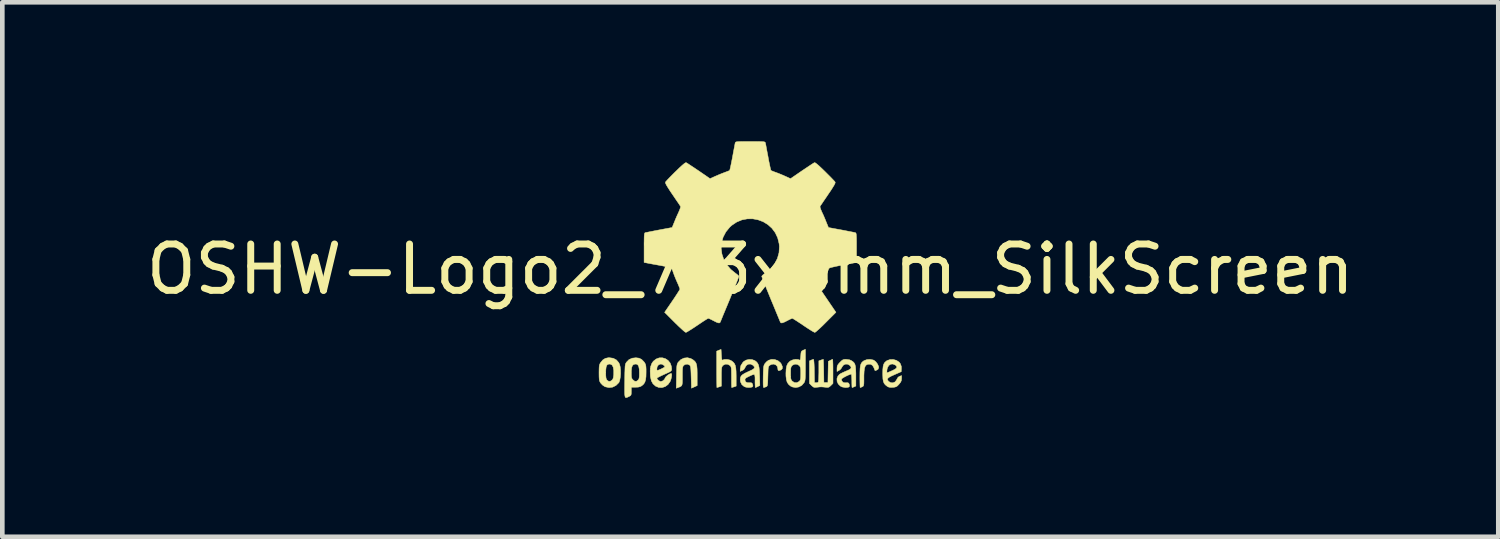
<source format=kicad_pcb>
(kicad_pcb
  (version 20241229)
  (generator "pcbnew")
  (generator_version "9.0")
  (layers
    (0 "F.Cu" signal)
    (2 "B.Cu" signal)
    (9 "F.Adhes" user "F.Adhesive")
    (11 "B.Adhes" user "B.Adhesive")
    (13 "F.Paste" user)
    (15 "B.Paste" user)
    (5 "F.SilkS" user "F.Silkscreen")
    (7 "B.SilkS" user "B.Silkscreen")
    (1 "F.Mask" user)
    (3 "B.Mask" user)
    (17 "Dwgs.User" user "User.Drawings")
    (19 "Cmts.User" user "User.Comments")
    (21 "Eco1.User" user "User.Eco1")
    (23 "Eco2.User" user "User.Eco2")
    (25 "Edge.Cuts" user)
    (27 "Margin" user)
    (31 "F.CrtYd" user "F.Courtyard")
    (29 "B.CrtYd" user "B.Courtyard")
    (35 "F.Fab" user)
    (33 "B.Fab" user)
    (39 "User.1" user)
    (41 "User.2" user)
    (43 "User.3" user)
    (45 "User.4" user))
  (footprint "OSHW-Logo2_7.3x6mm_SilkScreen"
    (layer "F.Cu")
    (at 13.149 2.763)
    (property "Reference" "OSHW-Logo2_7.3x6mm_SilkScreen" (at 0 0 180) (layer "F.SilkS") (effects (font (size 1 1) (thickness 0.15))))
    (attr exclude_from_pos_files exclude_from_bom)
    (fp_poly (pts (xy 2.653 1.959) (xy 2.67 1.966) (xy 2.711 1.999) (xy 2.747 2.047) (xy 2.769 2.097) (xy 2.772 2.122) (xy 2.76 2.157) (xy 2.734 2.175) (xy 2.706 2.187) (xy 2.693 2.189) (xy 2.687 2.174) (xy 2.674 2.141) (xy 2.669 2.127) (xy 2.639 2.076) (xy 2.595 2.05) (xy 2.538 2.051) (xy 2.534 2.052) (xy 2.504 2.067) (xy 2.481 2.094) (xy 2.466 2.139) (xy 2.457 2.205) (xy 2.453 2.294) (xy 2.453 2.341) (xy 2.453 2.416) (xy 2.452 2.467) (xy 2.448 2.499) (xy 2.442 2.518) (xy 2.432 2.529) (xy 2.417 2.537) (xy 2.416 2.538) (xy 2.387 2.55) (xy 2.372 2.555) (xy 2.37 2.541) (xy 2.368 2.503) (xy 2.367 2.446) (xy 2.366 2.374) (xy 2.366 2.322) (xy 2.367 2.22) (xy 2.37 2.143) (xy 2.377 2.086) (xy 2.389 2.045) (xy 2.407 2.014) (xy 2.432 1.99) (xy 2.457 1.973) (xy 2.517 1.951) (xy 2.587 1.946) (xy 2.653 1.959)) (stroke (width 0.01) (type solid)) (fill yes) (layer "F.SilkS"))
    (fp_poly (pts (xy -1.284 1.928) (xy -1.237 1.955) (xy -1.205 1.981) (xy -1.181 2.009) (xy -1.165 2.044) (xy -1.155 2.089) (xy -1.149 2.151) (xy -1.147 2.234) (xy -1.147 2.293) (xy -1.147 2.512) (xy -1.208 2.54) (xy -1.27 2.568) (xy -1.277 2.328) (xy -1.28 2.238) (xy -1.283 2.173) (xy -1.287 2.128) (xy -1.293 2.099) (xy -1.3 2.081) (xy -1.31 2.07) (xy -1.313 2.067) (xy -1.36 2.048) (xy -1.408 2.056) (xy -1.437 2.076) (xy -1.449 2.09) (xy -1.457 2.108) (xy -1.462 2.136) (xy -1.465 2.179) (xy -1.466 2.242) (xy -1.466 2.307) (xy -1.466 2.389) (xy -1.467 2.447) (xy -1.472 2.486) (xy -1.482 2.512) (xy -1.499 2.528) (xy -1.525 2.541) (xy -1.56 2.554) (xy -1.598 2.569) (xy -1.594 2.311) (xy -1.592 2.219) (xy -1.59 2.15) (xy -1.587 2.101) (xy -1.582 2.066) (xy -1.575 2.042) (xy -1.566 2.022) (xy -1.554 2.005) (xy -1.499 1.95) (xy -1.431 1.918) (xy -1.357 1.91) (xy -1.284 1.928)) (stroke (width 0.01) (type solid)) (fill yes) (layer "F.SilkS"))
    (fp_poly (pts (xy 0.53 1.95) (xy 0.596 1.974) (xy 0.649 2.017) (xy 0.67 2.047) (xy 0.693 2.103) (xy 0.692 2.143) (xy 0.669 2.17) (xy 0.66 2.175) (xy 0.622 2.189) (xy 0.602 2.185) (xy 0.595 2.161) (xy 0.595 2.148) (xy 0.583 2.099) (xy 0.551 2.065) (xy 0.508 2.048) (xy 0.459 2.053) (xy 0.419 2.074) (xy 0.405 2.087) (xy 0.396 2.101) (xy 0.389 2.124) (xy 0.385 2.159) (xy 0.383 2.212) (xy 0.381 2.288) (xy 0.38 2.312) (xy 0.378 2.394) (xy 0.376 2.451) (xy 0.372 2.49) (xy 0.367 2.513) (xy 0.359 2.526) (xy 0.347 2.535) (xy 0.339 2.538) (xy 0.307 2.55) (xy 0.288 2.555) (xy 0.282 2.541) (xy 0.278 2.5) (xy 0.277 2.431) (xy 0.278 2.334) (xy 0.278 2.319) (xy 0.28 2.23) (xy 0.283 2.165) (xy 0.286 2.119) (xy 0.292 2.087) (xy 0.3 2.064) (xy 0.311 2.044) (xy 0.317 2.035) (xy 0.35 1.998) (xy 0.388 1.969) (xy 0.392 1.966) (xy 0.459 1.946) (xy 0.53 1.95)) (stroke (width 0.01) (type solid)) (fill yes) (layer "F.SilkS"))
    (fp_poly (pts (xy -0.624 1.851) (xy -0.62 1.911) (xy -0.615 1.946) (xy -0.608 1.961) (xy -0.598 1.961) (xy -0.595 1.959) (xy -0.552 1.946) (xy -0.497 1.947) (xy -0.44 1.96) (xy -0.405 1.978) (xy -0.369 2.006) (xy -0.342 2.038) (xy -0.324 2.078) (xy -0.313 2.132) (xy -0.307 2.204) (xy -0.305 2.299) (xy -0.305 2.317) (xy -0.305 2.523) (xy -0.351 2.539) (xy -0.383 2.549) (xy -0.401 2.554) (xy -0.401 2.555) (xy -0.403 2.541) (xy -0.405 2.503) (xy -0.406 2.446) (xy -0.406 2.375) (xy -0.406 2.332) (xy -0.407 2.247) (xy -0.408 2.186) (xy -0.41 2.144) (xy -0.415 2.117) (xy -0.422 2.098) (xy -0.433 2.085) (xy -0.44 2.078) (xy -0.487 2.051) (xy -0.538 2.049) (xy -0.584 2.072) (xy -0.593 2.08) (xy -0.605 2.095) (xy -0.614 2.114) (xy -0.619 2.14) (xy -0.622 2.18) (xy -0.624 2.238) (xy -0.624 2.318) (xy -0.624 2.523) (xy -0.67 2.539) (xy -0.702 2.549) (xy -0.72 2.554) (xy -0.721 2.555) (xy -0.722 2.541) (xy -0.723 2.501) (xy -0.724 2.441) (xy -0.725 2.362) (xy -0.726 2.269) (xy -0.726 2.167) (xy -0.726 1.769) (xy -0.679 1.749) (xy -0.631 1.73) (xy -0.624 1.851)) (stroke (width 0.01) (type solid)) (fill yes) (layer "F.SilkS"))
    (fp_poly (pts (xy 1.78 1.959) (xy 1.782 1.997) (xy 1.784 2.055) (xy 1.785 2.128) (xy 1.785 2.205) (xy 1.785 2.465) (xy 1.739 2.511) (xy 1.708 2.539) (xy 1.68 2.551) (xy 1.642 2.55) (xy 1.627 2.548) (xy 1.58 2.543) (xy 1.541 2.54) (xy 1.531 2.54) (xy 1.499 2.541) (xy 1.453 2.546) (xy 1.436 2.548) (xy 1.392 2.552) (xy 1.363 2.544) (xy 1.334 2.521) (xy 1.323 2.511) (xy 1.277 2.465) (xy 1.277 1.979) (xy 1.314 1.962) (xy 1.346 1.949) (xy 1.365 1.945) (xy 1.369 1.959) (xy 1.374 1.997) (xy 1.378 2.056) (xy 1.381 2.132) (xy 1.382 2.195) (xy 1.386 2.446) (xy 1.421 2.451) (xy 1.452 2.447) (xy 1.468 2.436) (xy 1.472 2.415) (xy 1.476 2.371) (xy 1.478 2.309) (xy 1.48 2.235) (xy 1.48 2.197) (xy 1.48 1.977) (xy 1.526 1.961) (xy 1.559 1.95) (xy 1.576 1.945) (xy 1.577 1.945) (xy 1.578 1.959) (xy 1.58 1.997) (xy 1.582 2.054) (xy 1.584 2.127) (xy 1.585 2.195) (xy 1.589 2.446) (xy 1.676 2.446) (xy 1.68 2.217) (xy 1.684 1.989) (xy 1.727 1.967) (xy 1.758 1.952) (xy 1.777 1.945) (xy 1.777 1.945) (xy 1.78 1.959)) (stroke (width 0.01) (type solid)) (fill yes) (layer "F.SilkS"))
    (fp_poly (pts (xy -2.959 1.922) (xy -2.891 1.958) (xy -2.841 2.015) (xy -2.823 2.052) (xy -2.809 2.108) (xy -2.802 2.178) (xy -2.801 2.255) (xy -2.807 2.33) (xy -2.818 2.394) (xy -2.834 2.441) (xy -2.839 2.449) (xy -2.9 2.509) (xy -2.971 2.545) (xy -3.049 2.555) (xy -3.127 2.539) (xy -3.149 2.529) (xy -3.192 2.499) (xy -3.229 2.459) (xy -3.233 2.454) (xy -3.247 2.43) (xy -3.257 2.404) (xy -3.262 2.37) (xy -3.265 2.321) (xy -3.266 2.251) (xy -3.266 2.235) (xy -3.266 2.23) (xy -3.121 2.23) (xy -3.12 2.296) (xy -3.116 2.34) (xy -3.109 2.369) (xy -3.098 2.388) (xy -3.092 2.395) (xy -3.057 2.42) (xy -3.023 2.419) (xy -2.989 2.397) (xy -2.969 2.374) (xy -2.957 2.34) (xy -2.95 2.288) (xy -2.949 2.281) (xy -2.948 2.186) (xy -2.96 2.114) (xy -2.985 2.068) (xy -3.023 2.048) (xy -3.037 2.047) (xy -3.073 2.052) (xy -3.097 2.072) (xy -3.112 2.109) (xy -3.119 2.168) (xy -3.121 2.23) (xy -3.266 2.23) (xy -3.265 2.16) (xy -3.263 2.108) (xy -3.258 2.072) (xy -3.249 2.045) (xy -3.236 2.022) (xy -3.233 2.017) (xy -3.184 1.958) (xy -3.13 1.924) (xy -3.064 1.91) (xy -3.042 1.91) (xy -2.959 1.922)) (stroke (width 0.01) (type solid)) (fill yes) (layer "F.SilkS"))
    (fp_poly (pts (xy 3.154 1.967) (xy 3.211 2.004) (xy 3.239 2.038) (xy 3.261 2.099) (xy 3.262 2.147) (xy 3.258 2.212) (xy 3.11 2.277) (xy 3.037 2.31) (xy 2.99 2.337) (xy 2.966 2.36) (xy 2.961 2.383) (xy 2.975 2.407) (xy 2.99 2.424) (xy 3.034 2.45) (xy 3.081 2.452) (xy 3.125 2.432) (xy 3.157 2.391) (xy 3.163 2.376) (xy 3.191 2.331) (xy 3.222 2.312) (xy 3.266 2.296) (xy 3.266 2.358) (xy 3.262 2.4) (xy 3.247 2.436) (xy 3.215 2.477) (xy 3.211 2.482) (xy 3.176 2.519) (xy 3.145 2.538) (xy 3.108 2.547) (xy 3.076 2.55) (xy 3.02 2.551) (xy 2.981 2.542) (xy 2.956 2.528) (xy 2.917 2.497) (xy 2.89 2.465) (xy 2.873 2.423) (xy 2.863 2.368) (xy 2.86 2.291) (xy 2.859 2.253) (xy 2.86 2.206) (xy 2.948 2.206) (xy 2.949 2.231) (xy 2.952 2.235) (xy 2.968 2.23) (xy 3.004 2.215) (xy 3.052 2.194) (xy 3.062 2.19) (xy 3.123 2.159) (xy 3.157 2.132) (xy 3.164 2.106) (xy 3.146 2.08) (xy 3.132 2.069) (xy 3.079 2.046) (xy 3.03 2.05) (xy 2.989 2.078) (xy 2.961 2.127) (xy 2.952 2.166) (xy 2.948 2.206) (xy 2.86 2.206) (xy 2.861 2.162) (xy 2.868 2.095) (xy 2.882 2.047) (xy 2.904 2.011) (xy 2.937 1.983) (xy 2.951 1.973) (xy 3.015 1.95) (xy 3.085 1.948) (xy 3.154 1.967)) (stroke (width 0.01) (type solid)) (fill yes) (layer "F.SilkS"))
    (fp_poly (pts (xy 1.19 2.065) (xy 1.19 2.174) (xy 1.189 2.257) (xy 1.188 2.32) (xy 1.185 2.365) (xy 1.181 2.397) (xy 1.175 2.421) (xy 1.167 2.439) (xy 1.161 2.449) (xy 1.112 2.506) (xy 1.049 2.541) (xy 0.98 2.554) (xy 0.911 2.542) (xy 0.869 2.522) (xy 0.826 2.485) (xy 0.796 2.441) (xy 0.779 2.383) (xy 0.77 2.306) (xy 0.769 2.25) (xy 0.769 2.246) (xy 0.871 2.246) (xy 0.871 2.311) (xy 0.874 2.354) (xy 0.881 2.382) (xy 0.893 2.402) (xy 0.906 2.417) (xy 0.953 2.447) (xy 1.004 2.449) (xy 1.051 2.425) (xy 1.055 2.421) (xy 1.071 2.404) (xy 1.081 2.383) (xy 1.086 2.352) (xy 1.088 2.305) (xy 1.089 2.252) (xy 1.088 2.185) (xy 1.085 2.141) (xy 1.078 2.112) (xy 1.066 2.091) (xy 1.057 2.08) (xy 1.013 2.052) (xy 0.962 2.049) (xy 0.914 2.07) (xy 0.904 2.078) (xy 0.889 2.096) (xy 0.879 2.117) (xy 0.873 2.148) (xy 0.871 2.196) (xy 0.871 2.246) (xy 0.769 2.246) (xy 0.773 2.159) (xy 0.785 2.09) (xy 0.807 2.039) (xy 0.842 1.998) (xy 0.869 1.978) (xy 0.919 1.956) (xy 0.976 1.945) (xy 1.03 1.948) (xy 1.06 1.959) (xy 1.071 1.962) (xy 1.079 1.951) (xy 1.084 1.919) (xy 1.089 1.871) (xy 1.093 1.817) (xy 1.099 1.784) (xy 1.111 1.766) (xy 1.131 1.754) (xy 1.143 1.748) (xy 1.19 1.729) (xy 1.19 2.065)) (stroke (width 0.01) (type solid)) (fill yes) (layer "F.SilkS"))
    (fp_poly (pts (xy -1.832 1.931) (xy -1.774 1.97) (xy -1.73 2.025) (xy -1.704 2.096) (xy -1.698 2.148) (xy -1.699 2.17) (xy -1.704 2.187) (xy -1.718 2.201) (xy -1.745 2.218) (xy -1.79 2.239) (xy -1.857 2.269) (xy -1.858 2.27) (xy -1.92 2.298) (xy -1.97 2.323) (xy -2.005 2.342) (xy -2.017 2.353) (xy -2.017 2.353) (xy -2.006 2.376) (xy -1.98 2.402) (xy -1.949 2.42) (xy -1.934 2.424) (xy -1.891 2.411) (xy -1.855 2.379) (xy -1.837 2.345) (xy -1.82 2.319) (xy -1.787 2.29) (xy -1.748 2.264) (xy -1.713 2.25) (xy -1.706 2.25) (xy -1.698 2.262) (xy -1.697 2.294) (xy -1.703 2.337) (xy -1.715 2.383) (xy -1.73 2.423) (xy -1.731 2.424) (xy -1.777 2.489) (xy -1.837 2.533) (xy -1.906 2.555) (xy -1.976 2.552) (xy -2.044 2.524) (xy -2.047 2.522) (xy -2.101 2.473) (xy -2.136 2.41) (xy -2.155 2.327) (xy -2.158 2.304) (xy -2.162 2.194) (xy -2.157 2.143) (xy -2.017 2.143) (xy -2.016 2.175) (xy -2.006 2.184) (xy -1.981 2.177) (xy -1.942 2.161) (xy -1.899 2.14) (xy -1.898 2.139) (xy -1.861 2.12) (xy -1.846 2.107) (xy -1.85 2.093) (xy -1.865 2.076) (xy -1.904 2.05) (xy -1.946 2.048) (xy -1.984 2.067) (xy -2.01 2.103) (xy -2.017 2.143) (xy -2.157 2.143) (xy -2.153 2.106) (xy -2.128 2.036) (xy -2.095 1.987) (xy -2.033 1.938) (xy -1.966 1.913) (xy -1.897 1.912) (xy -1.832 1.931)) (stroke (width 0.01) (type solid)) (fill yes) (layer "F.SilkS"))
    (fp_poly (pts (xy 0.04 1.951) (xy 0.097 1.972) (xy 0.097 1.972) (xy 0.132 1.998) (xy 0.158 2.029) (xy 0.177 2.068) (xy 0.189 2.121) (xy 0.196 2.194) (xy 0.2 2.289) (xy 0.201 2.303) (xy 0.206 2.509) (xy 0.162 2.532) (xy 0.13 2.547) (xy 0.11 2.554) (xy 0.11 2.555) (xy 0.106 2.541) (xy 0.104 2.505) (xy 0.102 2.451) (xy 0.102 2.408) (xy 0.102 2.339) (xy 0.098 2.295) (xy 0.087 2.274) (xy 0.064 2.273) (xy 0.022 2.289) (xy -0.04 2.318) (xy -0.086 2.342) (xy -0.109 2.363) (xy -0.116 2.386) (xy -0.116 2.387) (xy -0.105 2.426) (xy -0.071 2.447) (xy -0.019 2.451) (xy 0.018 2.45) (xy 0.038 2.461) (xy 0.05 2.487) (xy 0.057 2.519) (xy 0.047 2.538) (xy 0.043 2.541) (xy 0.007 2.551) (xy -0.043 2.553) (xy -0.095 2.546) (xy -0.132 2.533) (xy -0.183 2.49) (xy -0.212 2.429) (xy -0.218 2.382) (xy -0.213 2.34) (xy -0.198 2.305) (xy -0.166 2.275) (xy -0.115 2.244) (xy -0.041 2.209) (xy -0.036 2.207) (xy 0.031 2.176) (xy 0.072 2.151) (xy 0.09 2.128) (xy 0.086 2.105) (xy 0.063 2.078) (xy 0.056 2.072) (xy 0.009 2.048) (xy -0.04 2.049) (xy -0.082 2.072) (xy -0.111 2.116) (xy -0.113 2.124) (xy -0.139 2.165) (xy -0.171 2.185) (xy -0.218 2.205) (xy -0.218 2.154) (xy -0.204 2.08) (xy -0.161 2.012) (xy -0.139 1.99) (xy -0.089 1.961) (xy -0.026 1.947) (xy 0.04 1.951)) (stroke (width 0.01) (type solid)) (fill yes) (layer "F.SilkS"))
    (fp_poly (pts (xy -2.4 1.92) (xy -2.345 1.948) (xy -2.296 1.998) (xy -2.282 2.017) (xy -2.268 2.042) (xy -2.258 2.069) (xy -2.253 2.105) (xy -2.25 2.156) (xy -2.25 2.224) (xy -2.252 2.318) (xy -2.261 2.388) (xy -2.277 2.44) (xy -2.303 2.48) (xy -2.34 2.513) (xy -2.342 2.515) (xy -2.379 2.535) (xy -2.422 2.545) (xy -2.478 2.547) (xy -2.569 2.547) (xy -2.569 2.635) (xy -2.57 2.684) (xy -2.575 2.713) (xy -2.588 2.73) (xy -2.614 2.745) (xy -2.62 2.748) (xy -2.649 2.762) (xy -2.672 2.77) (xy -2.688 2.771) (xy -2.7 2.761) (xy -2.707 2.737) (xy -2.712 2.696) (xy -2.713 2.636) (xy -2.713 2.553) (xy -2.712 2.445) (xy -2.711 2.413) (xy -2.71 2.302) (xy -2.709 2.229) (xy -2.569 2.229) (xy -2.568 2.29) (xy -2.565 2.331) (xy -2.557 2.358) (xy -2.543 2.378) (xy -2.533 2.388) (xy -2.495 2.418) (xy -2.46 2.42) (xy -2.425 2.396) (xy -2.424 2.395) (xy -2.409 2.376) (xy -2.401 2.351) (xy -2.396 2.312) (xy -2.395 2.252) (xy -2.395 2.238) (xy -2.398 2.156) (xy -2.409 2.099) (xy -2.429 2.064) (xy -2.458 2.048) (xy -2.476 2.047) (xy -2.516 2.054) (xy -2.544 2.078) (xy -2.561 2.123) (xy -2.568 2.191) (xy -2.569 2.229) (xy -2.709 2.229) (xy -2.708 2.215) (xy -2.706 2.15) (xy -2.704 2.103) (xy -2.7 2.069) (xy -2.694 2.045) (xy -2.687 2.028) (xy -2.677 2.012) (xy -2.673 2.006) (xy -2.619 1.951) (xy -2.55 1.92) (xy -2.47 1.911) (xy -2.4 1.92)) (stroke (width 0.01) (type solid)) (fill yes) (layer "F.SilkS"))
    (fp_poly (pts (xy 2.145 1.956) (xy 2.187 1.975) (xy 2.219 1.998) (xy 2.244 2.024) (xy 2.26 2.057) (xy 2.271 2.103) (xy 2.276 2.165) (xy 2.279 2.249) (xy 2.279 2.305) (xy 2.279 2.521) (xy 2.242 2.538) (xy 2.213 2.55) (xy 2.198 2.555) (xy 2.195 2.541) (xy 2.193 2.505) (xy 2.192 2.452) (xy 2.192 2.409) (xy 2.19 2.348) (xy 2.187 2.3) (xy 2.182 2.271) (xy 2.178 2.264) (xy 2.153 2.271) (xy 2.112 2.287) (xy 2.066 2.309) (xy 2.021 2.333) (xy 1.986 2.355) (xy 1.97 2.37) (xy 1.97 2.37) (xy 1.971 2.397) (xy 1.984 2.423) (xy 2.006 2.444) (xy 2.038 2.451) (xy 2.065 2.451) (xy 2.104 2.45) (xy 2.124 2.459) (xy 2.136 2.483) (xy 2.138 2.488) (xy 2.143 2.522) (xy 2.129 2.543) (xy 2.092 2.552) (xy 2.052 2.554) (xy 1.981 2.541) (xy 1.943 2.521) (xy 1.898 2.476) (xy 1.873 2.42) (xy 1.871 2.361) (xy 1.892 2.306) (xy 1.923 2.271) (xy 1.953 2.252) (xy 2.002 2.228) (xy 2.058 2.203) (xy 2.068 2.199) (xy 2.13 2.172) (xy 2.166 2.148) (xy 2.177 2.124) (xy 2.167 2.097) (xy 2.148 2.076) (xy 2.104 2.05) (xy 2.056 2.048) (xy 2.012 2.068) (xy 1.981 2.108) (xy 1.977 2.118) (xy 1.952 2.156) (xy 1.917 2.184) (xy 1.872 2.207) (xy 1.872 2.141) (xy 1.875 2.102) (xy 1.886 2.07) (xy 1.911 2.036) (xy 1.935 2.01) (xy 1.972 1.974) (xy 2.001 1.954) (xy 2.033 1.946) (xy 2.068 1.945) (xy 2.145 1.956)) (stroke (width 0.01) (type solid)) (fill yes) (layer "F.SilkS"))
    (fp_poly (pts (xy 0.104 -2.758) (xy 0.182 -2.757) (xy 0.239 -2.756) (xy 0.278 -2.754) (xy 0.303 -2.75) (xy 0.316 -2.744) (xy 0.323 -2.737) (xy 0.326 -2.726) (xy 0.327 -2.725) (xy 0.332 -2.701) (xy 0.341 -2.653) (xy 0.353 -2.587) (xy 0.368 -2.508) (xy 0.385 -2.42) (xy 0.385 -2.417) (xy 0.401 -2.331) (xy 0.417 -2.255) (xy 0.43 -2.194) (xy 0.44 -2.152) (xy 0.446 -2.133) (xy 0.447 -2.133) (xy 0.465 -2.124) (xy 0.502 -2.109) (xy 0.551 -2.091) (xy 0.552 -2.091) (xy 0.613 -2.068) (xy 0.686 -2.038) (xy 0.754 -2.008) (xy 0.757 -2.007) (xy 0.869 -1.956) (xy 1.115 -2.125) (xy 1.191 -2.176) (xy 1.26 -2.222) (xy 1.317 -2.26) (xy 1.359 -2.287) (xy 1.383 -2.301) (xy 1.385 -2.302) (xy 1.402 -2.298) (xy 1.434 -2.275) (xy 1.481 -2.235) (xy 1.546 -2.174) (xy 1.612 -2.11) (xy 1.676 -2.046) (xy 1.733 -1.989) (xy 1.78 -1.94) (xy 1.814 -1.904) (xy 1.83 -1.884) (xy 1.831 -1.883) (xy 1.833 -1.869) (xy 1.826 -1.847) (xy 1.809 -1.814) (xy 1.779 -1.765) (xy 1.737 -1.699) (xy 1.679 -1.614) (xy 1.629 -1.54) (xy 1.583 -1.473) (xy 1.546 -1.417) (xy 1.519 -1.378) (xy 1.506 -1.357) (xy 1.505 -1.356) (xy 1.507 -1.336) (xy 1.519 -1.298) (xy 1.54 -1.248) (xy 1.547 -1.232) (xy 1.58 -1.162) (xy 1.614 -1.082) (xy 1.642 -1.012) (xy 1.663 -0.961) (xy 1.679 -0.922) (xy 1.688 -0.901) (xy 1.689 -0.9) (xy 1.706 -0.897) (xy 1.746 -0.89) (xy 1.804 -0.879) (xy 1.875 -0.866) (xy 1.952 -0.852) (xy 2.032 -0.837) (xy 2.107 -0.822) (xy 2.174 -0.809) (xy 2.227 -0.799) (xy 2.26 -0.792) (xy 2.268 -0.79) (xy 2.276 -0.785) (xy 2.283 -0.774) (xy 2.287 -0.754) (xy 2.29 -0.72) (xy 2.292 -0.67) (xy 2.293 -0.599) (xy 2.293 -0.504) (xy 2.293 -0.465) (xy 2.293 -0.147) (xy 2.217 -0.132) (xy 2.175 -0.124) (xy 2.111 -0.112) (xy 2.035 -0.098) (xy 1.953 -0.083) (xy 1.93 -0.079) (xy 1.855 -0.064) (xy 1.789 -0.049) (xy 1.738 -0.037) (xy 1.709 -0.027) (xy 1.704 -0.024) (xy 1.691 -0.003) (xy 1.674 0.038) (xy 1.655 0.09) (xy 1.651 0.102) (xy 1.625 0.172) (xy 1.594 0.25) (xy 1.563 0.321) (xy 1.563 0.322) (xy 1.511 0.433) (xy 1.68 0.681) (xy 1.849 0.93) (xy 1.632 1.147) (xy 1.567 1.212) (xy 1.507 1.269) (xy 1.456 1.315) (xy 1.418 1.348) (xy 1.396 1.363) (xy 1.392 1.364) (xy 1.374 1.356) (xy 1.335 1.335) (xy 1.281 1.301) (xy 1.216 1.259) (xy 1.146 1.212) (xy 1.075 1.164) (xy 1.011 1.122) (xy 0.959 1.089) (xy 0.923 1.067) (xy 0.907 1.06) (xy 0.887 1.066) (xy 0.85 1.083) (xy 0.803 1.107) (xy 0.798 1.11) (xy 0.734 1.142) (xy 0.69 1.158) (xy 0.663 1.158) (xy 0.649 1.143) (xy 0.649 1.143) (xy 0.642 1.126) (xy 0.625 1.085) (xy 0.6 1.024) (xy 0.567 0.945) (xy 0.529 0.852) (xy 0.486 0.748) (xy 0.444 0.648) (xy 0.399 0.537) (xy 0.357 0.434) (xy 0.32 0.342) (xy 0.289 0.265) (xy 0.266 0.206) (xy 0.251 0.167) (xy 0.247 0.153) (xy 0.258 0.136) (xy 0.287 0.11) (xy 0.326 0.081) (xy 0.437 -0.011) (xy 0.523 -0.116) (xy 0.585 -0.233) (xy 0.62 -0.358) (xy 0.628 -0.49) (xy 0.622 -0.552) (xy 0.591 -0.678) (xy 0.538 -0.79) (xy 0.466 -0.886) (xy 0.378 -0.965) (xy 0.278 -1.026) (xy 0.168 -1.067) (xy 0.053 -1.089) (xy -0.065 -1.088) (xy -0.181 -1.066) (xy -0.294 -1.019) (xy -0.4 -0.948) (xy -0.444 -0.908) (xy -0.528 -0.805) (xy -0.587 -0.692) (xy -0.62 -0.573) (xy -0.629 -0.451) (xy -0.613 -0.329) (xy -0.573 -0.211) (xy -0.51 -0.1) (xy -0.423 0.002) (xy -0.326 0.081) (xy -0.286 0.111) (xy -0.257 0.137) (xy -0.247 0.153) (xy -0.252 0.17) (xy -0.267 0.21) (xy -0.291 0.272) (xy -0.323 0.35) (xy -0.36 0.443) (xy -0.403 0.546) (xy -0.444 0.648) (xy -0.49 0.759) (xy -0.533 0.862) (xy -0.571 0.953) (xy -0.603 1.03) (xy -0.627 1.09) (xy -0.643 1.129) (xy -0.649 1.143) (xy -0.663 1.158) (xy -0.69 1.158) (xy -0.734 1.142) (xy -0.797 1.11) (xy -0.798 1.11) (xy -0.845 1.085) (xy -0.884 1.067) (xy -0.906 1.06) (xy -0.907 1.06) (xy -0.923 1.067) (xy -0.96 1.089) (xy -1.012 1.122) (xy -1.075 1.164) (xy -1.146 1.212) (xy -1.218 1.26) (xy -1.283 1.302) (xy -1.336 1.335) (xy -1.374 1.357) (xy -1.392 1.364) (xy -1.409 1.354) (xy -1.443 1.327) (xy -1.49 1.284) (xy -1.547 1.231) (xy -1.612 1.168) (xy -1.633 1.147) (xy -1.85 0.93) (xy -1.684 0.687) (xy -1.634 0.613) (xy -1.59 0.546) (xy -1.555 0.491) (xy -1.53 0.451) (xy -1.519 0.43) (xy -1.519 0.429) (xy -1.525 0.409) (xy -1.54 0.37) (xy -1.562 0.317) (xy -1.578 0.282) (xy -1.607 0.215) (xy -1.635 0.147) (xy -1.656 0.09) (xy -1.662 0.073) (xy -1.679 0.026) (xy -1.695 -0.01) (xy -1.704 -0.024) (xy -1.723 -0.032) (xy -1.766 -0.044) (xy -1.826 -0.058) (xy -1.898 -0.073) (xy -1.93 -0.079) (xy -2.012 -0.094) (xy -2.091 -0.108) (xy -2.159 -0.121) (xy -2.208 -0.13) (xy -2.217 -0.132) (xy -2.293 -0.147) (xy -2.293 -0.465) (xy -2.293 -0.569) (xy -2.292 -0.648) (xy -2.291 -0.705) (xy -2.288 -0.744) (xy -2.284 -0.769) (xy -2.279 -0.782) (xy -2.271 -0.789) (xy -2.268 -0.79) (xy -2.249 -0.794) (xy -2.207 -0.802) (xy -2.148 -0.814) (xy -2.077 -0.828) (xy -1.999 -0.843) (xy -1.92 -0.858) (xy -1.845 -0.872) (xy -1.779 -0.884) (xy -1.727 -0.894) (xy -1.696 -0.899) (xy -1.689 -0.9) (xy -1.683 -0.912) (xy -1.669 -0.946) (xy -1.65 -0.994) (xy -1.642 -1.012) (xy -1.613 -1.085) (xy -1.578 -1.165) (xy -1.547 -1.232) (xy -1.525 -1.284) (xy -1.51 -1.326) (xy -1.504 -1.352) (xy -1.505 -1.356) (xy -1.516 -1.372) (xy -1.54 -1.409) (xy -1.576 -1.461) (xy -1.62 -1.526) (xy -1.67 -1.6) (xy -1.68 -1.614) (xy -1.738 -1.7) (xy -1.78 -1.766) (xy -1.809 -1.814) (xy -1.826 -1.847) (xy -1.833 -1.869) (xy -1.831 -1.883) (xy -1.831 -1.883) (xy -1.816 -1.901) (xy -1.785 -1.935) (xy -1.739 -1.983) (xy -1.683 -2.04) (xy -1.62 -2.103) (xy -1.612 -2.11) (xy -1.533 -2.187) (xy -1.471 -2.244) (xy -1.427 -2.281) (xy -1.398 -2.3) (xy -1.385 -2.302) (xy -1.367 -2.292) (xy -1.328 -2.267) (xy -1.274 -2.231) (xy -1.207 -2.187) (xy -1.133 -2.137) (xy -1.115 -2.125) (xy -0.869 -1.956) (xy -0.757 -2.007) (xy -0.69 -2.036) (xy -0.617 -2.066) (xy -0.554 -2.09) (xy -0.552 -2.091) (xy -0.503 -2.109) (xy -0.465 -2.124) (xy -0.447 -2.133) (xy -0.447 -2.133) (xy -0.441 -2.149) (xy -0.431 -2.19) (xy -0.418 -2.25) (xy -0.403 -2.325) (xy -0.386 -2.41) (xy -0.385 -2.417) (xy -0.369 -2.505) (xy -0.354 -2.585) (xy -0.341 -2.651) (xy -0.332 -2.7) (xy -0.327 -2.725) (xy -0.327 -2.725) (xy -0.323 -2.736) (xy -0.317 -2.744) (xy -0.305 -2.75) (xy -0.281 -2.753) (xy -0.244 -2.756) (xy -0.19 -2.757) (xy -0.114 -2.758) (xy -0.013 -2.758) (xy 0 -2.758) (xy 0.104 -2.758)) (stroke (width 0.01) (type solid)) (fill yes) (layer "F.SilkS")))
  (gr_rect
    (start -3 -3)
    (end 29.298 8.539)
    (stroke (width 0.1) (type default))
    (fill no)
    (layer "Edge.Cuts")))
</source>
